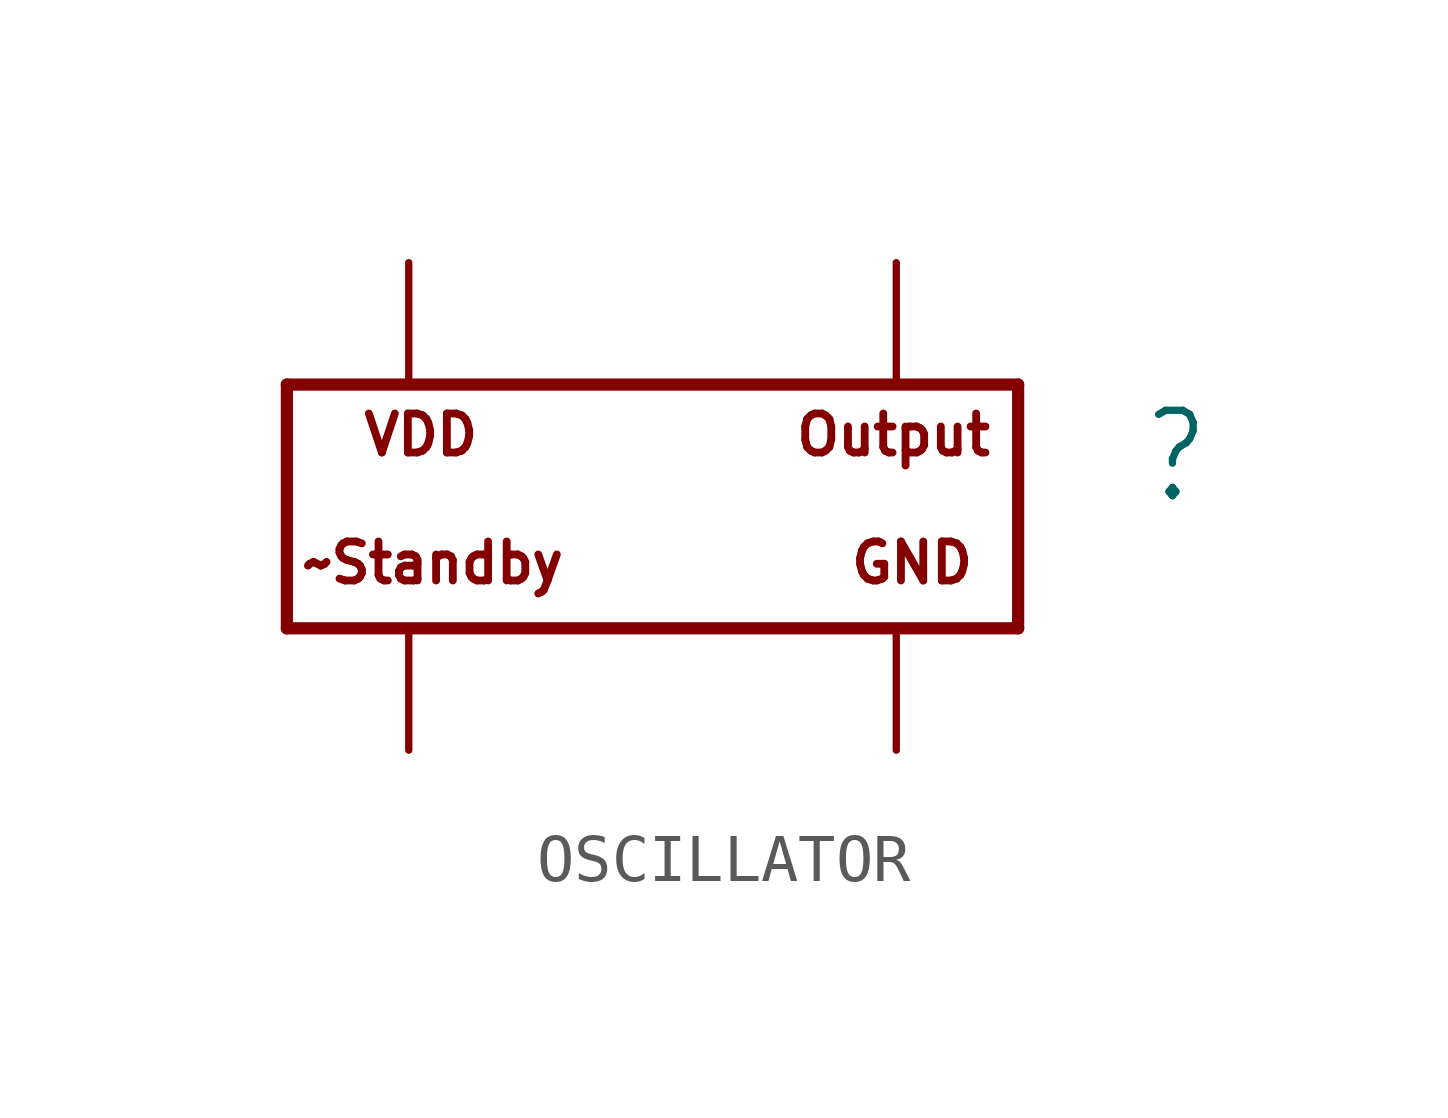
<source format=kicad_sym>
(kicad_symbol_lib
  (version 20241209)
  (generator "kicad_symbol_editor")
  (generator_version "9.0")
  (symbol "OSCILLATOR"
    (property "Reference" ""
      (at 10.16 0 0)
      (effects (font (size 1.778 1.511)) (justify left bottom)))
    (property "Value" ""
      (at 10.16 -2.54 0)
      (effects (font (size 1.778 1.511)) (justify left bottom)))
    (property "ki_locked" ""
      (at 0 0 0)
      (effects (font (size 1.27 1.27))))
    (symbol "OSCILLATOR_1_0"
      (polyline (pts (xy -7.62 2.54) (xy 7.62 2.54)) (stroke (width 0.254) (type solid)) (fill (type none)))
      (polyline (pts (xy -7.62 -2.54) (xy -7.62 2.54)) (stroke (width 0.254) (type solid)) (fill (type none)))
      (polyline (pts (xy 7.62 2.54) (xy 7.62 -2.54)) (stroke (width 0.254) (type solid)) (fill (type none)))
      (polyline (pts (xy 7.62 -2.54) (xy -7.62 -2.54)) (stroke (width 0.254) (type solid)) (fill (type none)))
      (text "~Standby" (at -7.366 -1.651 0) (effects (font (size 0.813 0.813) (thickness 0.163) (bold yes)) (justify left bottom)))
      (text "VDD" (at -6.096 1.016 0) (effects (font (size 0.813 0.813) (thickness 0.163) (bold yes)) (justify left bottom)))
      (text "Output" (at 2.921 1.016 0) (effects (font (size 0.813 0.813) (thickness 0.163) (bold yes)) (justify left bottom)))
      (text "GND" (at 4.064 -1.651 0) (effects (font (size 0.813 0.813) (thickness 0.163) (bold yes)) (justify left bottom)))
      (pin passive line (at -5.08 5.08 270) (length 2.54) (name "VDD" (effects (font (size 0 0)))) (number "P$4" (effects (font (size 0 0)))))
      (pin passive line (at -5.08 -5.08 90) (length 2.54) (name "STANDBY#" (effects (font (size 0 0)))) (number "P$1" (effects (font (size 0 0)))))
      (pin passive line (at 5.08 5.08 270) (length 2.54) (name "OUTPUT" (effects (font (size 0 0)))) (number "P$3" (effects (font (size 0 0)))))
      (pin passive line (at 5.08 -5.08 90) (length 2.54) (name "GND" (effects (font (size 0 0)))) (number "P$2" (effects (font (size 0 0))))))))
</source>
